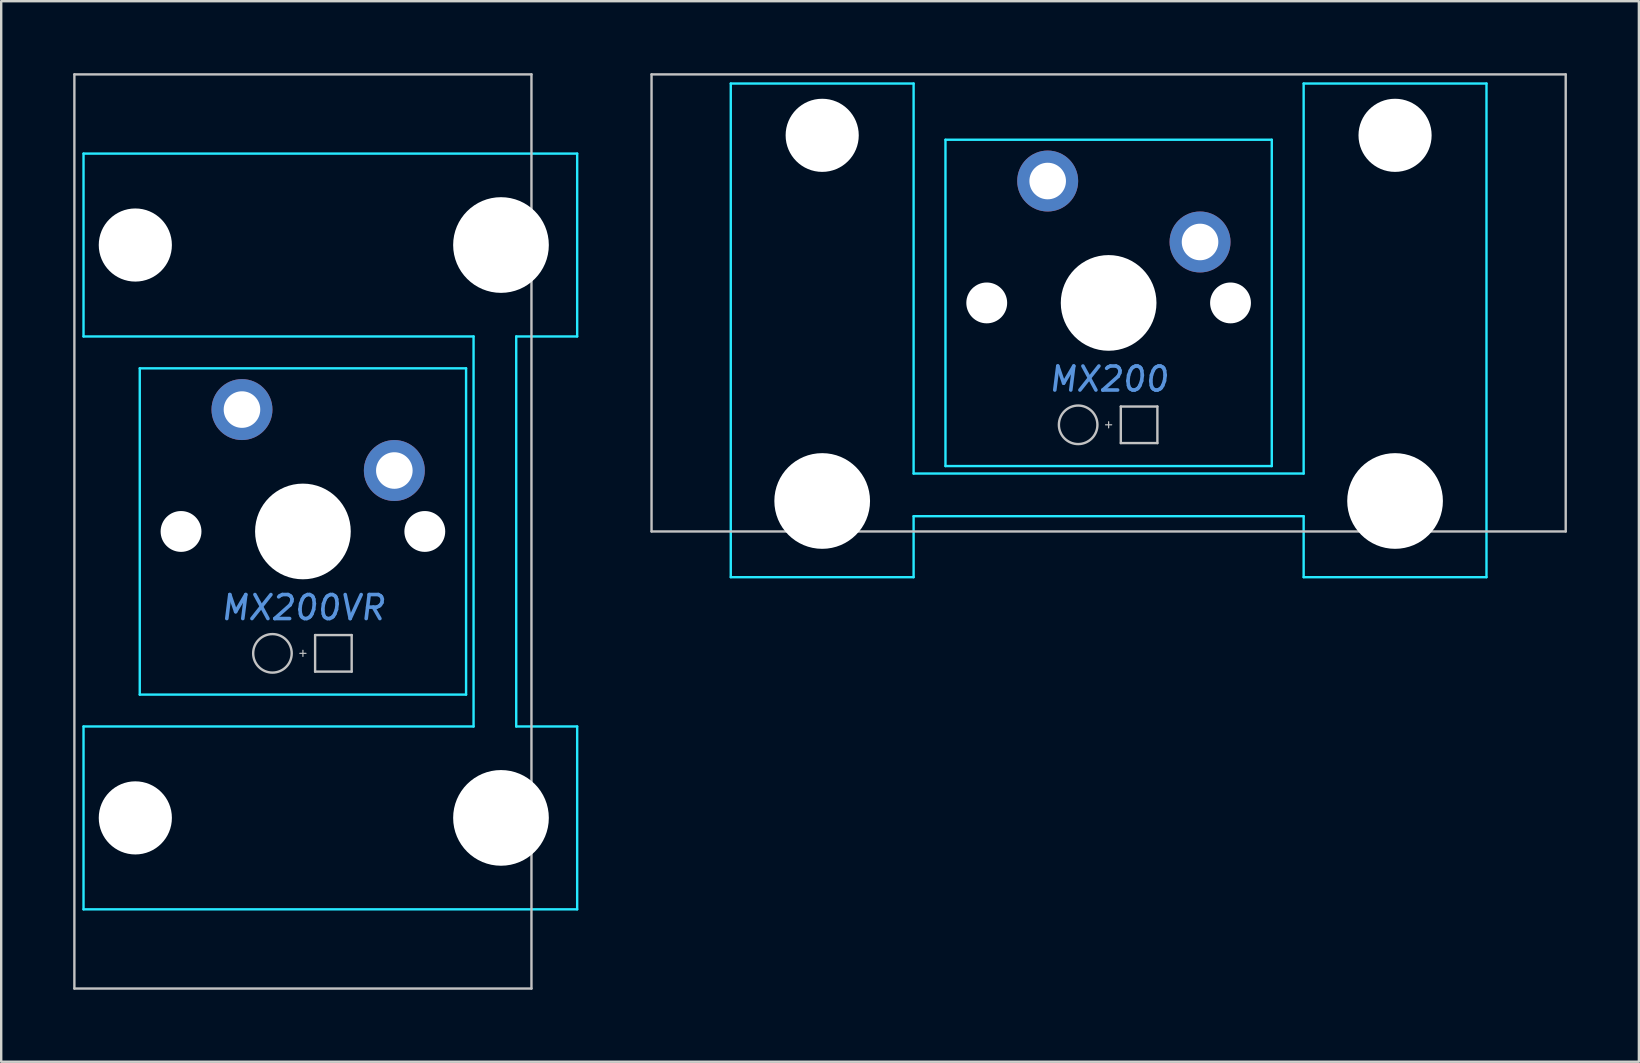
<source format=kicad_pcb>
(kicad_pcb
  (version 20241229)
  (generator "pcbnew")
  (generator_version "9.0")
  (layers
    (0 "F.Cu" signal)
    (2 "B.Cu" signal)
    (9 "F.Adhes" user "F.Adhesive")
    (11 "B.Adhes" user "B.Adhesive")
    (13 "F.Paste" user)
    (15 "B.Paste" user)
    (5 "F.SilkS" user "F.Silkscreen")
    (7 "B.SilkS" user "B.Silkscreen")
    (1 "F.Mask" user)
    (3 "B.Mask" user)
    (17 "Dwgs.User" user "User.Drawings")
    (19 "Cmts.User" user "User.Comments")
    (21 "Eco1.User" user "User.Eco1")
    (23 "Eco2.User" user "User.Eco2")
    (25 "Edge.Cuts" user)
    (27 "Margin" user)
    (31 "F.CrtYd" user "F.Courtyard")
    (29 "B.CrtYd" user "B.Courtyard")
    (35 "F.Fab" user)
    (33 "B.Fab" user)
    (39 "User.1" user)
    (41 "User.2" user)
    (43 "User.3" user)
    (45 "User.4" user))
  (footprint "MX200"
    (layer "F.Cu")
    (at 43.155 9.575)
    (property "Reference" "MX200" (at 0 3.175 0) (layer "Cmts.User") (effects (font (size 1 1) (thickness 0.15) (italic yes))))
    (attr through_hole)
    (fp_line (start -19.05 -9.525) (end -19.05 9.525) (stroke (width 0.1) (type solid)) (layer "Dwgs.User"))
    (fp_line (start -19.05 -9.525) (end 19.05 -9.525) (stroke (width 0.1) (type solid)) (layer "Dwgs.User"))
    (fp_line (start -19.05 9.525) (end 19.05 9.525) (stroke (width 0.1) (type solid)) (layer "Dwgs.User"))
    (fp_line (start -0.127 5.08) (end 0.127 5.08) (stroke (width 0.05) (type solid)) (layer "Dwgs.User"))
    (fp_line (start 0 5.207) (end 0 4.953) (stroke (width 0.05) (type solid)) (layer "Dwgs.User"))
    (fp_line (start 0.508 4.318) (end 0.508 5.842) (stroke (width 0.1) (type solid)) (layer "Dwgs.User"))
    (fp_line (start 0.508 4.318) (end 2.032 4.318) (stroke (width 0.1) (type solid)) (layer "Dwgs.User"))
    (fp_line (start 0.508 5.842) (end 2.032 5.842) (stroke (width 0.1) (type solid)) (layer "Dwgs.User"))
    (fp_line (start 2.032 5.842) (end 2.032 4.318) (stroke (width 0.1) (type solid)) (layer "Dwgs.User"))
    (fp_line (start 19.05 -9.525) (end 19.05 9.525) (stroke (width 0.1) (type solid)) (layer "Dwgs.User"))
    (fp_circle (center -1.27 5.08) (end -0.467 5.08) (stroke (width 0.1) (type solid)) (fill no) (layer "Dwgs.User"))
    (fp_line (start -15.438 -5.485) (end -15.438 8.515) (stroke (width 0.1) (type solid)) (layer "Eco1.User"))
    (fp_line (start -14.938 -5.985) (end -8.938 -5.985) (stroke (width 0.1) (type solid)) (layer "Eco1.User"))
    (fp_line (start -8.938 9.015) (end -14.938 9.015) (stroke (width 0.1) (type solid)) (layer "Eco1.User"))
    (fp_line (start -8.438 8.515) (end -8.438 -5.485) (stroke (width 0.1) (type solid)) (layer "Eco1.User"))
    (fp_line (start -7 -6.5) (end -7 6.5) (stroke (width 0.1) (type solid)) (layer "Eco1.User"))
    (fp_line (start -6.5 7) (end 6.5 7) (stroke (width 0.1) (type solid)) (layer "Eco1.User"))
    (fp_line (start 6.5 -7) (end -6.5 -7) (stroke (width 0.1) (type solid)) (layer "Eco1.User"))
    (fp_line (start 7 6.5) (end 7 -6.5) (stroke (width 0.1) (type solid)) (layer "Eco1.User"))
    (fp_line (start 8.438 -5.485) (end 8.438 8.515) (stroke (width 0.1) (type solid)) (layer "Eco1.User"))
    (fp_line (start 8.938 -5.985) (end 14.938 -5.985) (stroke (width 0.1) (type solid)) (layer "Eco1.User"))
    (fp_line (start 14.938 9.015) (end 8.938 9.015) (stroke (width 0.1) (type solid)) (layer "Eco1.User"))
    (fp_line (start 15.438 8.515) (end 15.438 -5.485) (stroke (width 0.1) (type solid)) (layer "Eco1.User"))
    (fp_arc (start -15.438 -5.485) (mid -15.291553 -5.838553) (end -14.938 -5.985) (stroke (width 0.1) (type solid)) (layer "Eco1.User"))
    (fp_arc (start -14.938 9.015) (mid -15.291553 8.868553) (end -15.438 8.515) (stroke (width 0.1) (type solid)) (layer "Eco1.User"))
    (fp_arc (start -8.938 -5.985) (mid -8.584447 -5.838553) (end -8.438 -5.485) (stroke (width 0.1) (type solid)) (layer "Eco1.User"))
    (fp_arc (start -8.438 8.515) (mid -8.584447 8.868553) (end -8.938 9.015) (stroke (width 0.1) (type solid)) (layer "Eco1.User"))
    (fp_arc (start -7 -6.5) (mid -6.853553 -6.853553) (end -6.5 -7) (stroke (width 0.1) (type solid)) (layer "Eco1.User"))
    (fp_arc (start -6.5 7) (mid -6.853553 6.853553) (end -7 6.5) (stroke (width 0.1) (type solid)) (layer "Eco1.User"))
    (fp_arc (start 6.5 -7) (mid 6.853553 -6.853553) (end 7 -6.5) (stroke (width 0.1) (type solid)) (layer "Eco1.User"))
    (fp_arc (start 7 6.5) (mid 6.853553 6.853553) (end 6.5 7) (stroke (width 0.1) (type solid)) (layer "Eco1.User"))
    (fp_arc (start 8.438 -5.485) (mid 8.584447 -5.838553) (end 8.938 -5.985) (stroke (width 0.1) (type solid)) (layer "Eco1.User"))
    (fp_arc (start 8.938 9.015) (mid 8.584447 8.868553) (end 8.438 8.515) (stroke (width 0.1) (type solid)) (layer "Eco1.User"))
    (fp_arc (start 14.938 -5.985) (mid 15.291553 -5.838553) (end 15.438 -5.485) (stroke (width 0.1) (type solid)) (layer "Eco1.User"))
    (fp_arc (start 15.438 8.515) (mid 15.291553 8.868553) (end 14.938 9.015) (stroke (width 0.1) (type solid)) (layer "Eco1.User"))
    (fp_line (start -15.748 -9.144) (end -8.128 -9.144) (stroke (width 0.1) (type solid)) (layer "B.CrtYd"))
    (fp_line (start -15.748 11.43) (end -15.748 -9.144) (stroke (width 0.1) (type solid)) (layer "B.CrtYd"))
    (fp_line (start -8.128 -9.144) (end -8.128 7.112) (stroke (width 0.1) (type solid)) (layer "B.CrtYd"))
    (fp_line (start -8.128 7.112) (end 8.128 7.112) (stroke (width 0.1) (type solid)) (layer "B.CrtYd"))
    (fp_line (start -8.128 8.89) (end 8.128 8.89) (stroke (width 0.1) (type solid)) (layer "B.CrtYd"))
    (fp_line (start -8.128 11.43) (end -15.748 11.43) (stroke (width 0.1) (type solid)) (layer "B.CrtYd"))
    (fp_line (start -8.128 11.43) (end -8.128 8.89) (stroke (width 0.1) (type solid)) (layer "B.CrtYd"))
    (fp_line (start -6.8 6.8) (end -6.8 -6.8) (stroke (width 0.1) (type solid)) (layer "B.CrtYd"))
    (fp_line (start 6.8 -6.8) (end -6.8 -6.8) (stroke (width 0.1) (type solid)) (layer "B.CrtYd"))
    (fp_line (start 6.8 6.8) (end -6.8 6.8) (stroke (width 0.1) (type solid)) (layer "B.CrtYd"))
    (fp_line (start 6.8 6.8) (end 6.8 -6.8) (stroke (width 0.1) (type solid)) (layer "B.CrtYd"))
    (fp_line (start 8.128 -9.144) (end 8.128 7.112) (stroke (width 0.1) (type solid)) (layer "B.CrtYd"))
    (fp_line (start 8.128 -9.144) (end 15.748 -9.144) (stroke (width 0.1) (type solid)) (layer "B.CrtYd"))
    (fp_line (start 8.128 11.43) (end 8.128 8.89) (stroke (width 0.1) (type solid)) (layer "B.CrtYd"))
    (fp_line (start 15.748 -9.144) (end 15.748 11.43) (stroke (width 0.1) (type solid)) (layer "B.CrtYd"))
    (fp_line (start 15.748 11.43) (end 8.128 11.43) (stroke (width 0.1) (type solid)) (layer "B.CrtYd"))
    (pad "" np_thru_hole circle (at -11.938 -6.985) (size 3.048 3.048) (drill 3.048) (layers "*.Cu" "*.Mask"))
    (pad "" np_thru_hole circle (at -11.938 8.255) (size 3.988 3.988) (drill 3.988) (layers "*.Cu" "*.Mask"))
    (pad "" np_thru_hole circle (at -5.08 0) (size 1.702 1.702) (drill 1.702) (layers "*.Cu" "*.Mask"))
    (pad "" connect circle (at -2.54 -5.08) (size 1.524 1.524) (layers "B.Mask"))
    (pad "" np_thru_hole circle (at 0 0) (size 3.988 3.988) (drill 3.988) (layers "*.Cu" "*.Mask"))
    (pad "" connect circle (at 3.81 -2.54) (size 1.524 1.524) (layers "B.Mask"))
    (pad "" np_thru_hole circle (at 5.08 0) (size 1.702 1.702) (drill 1.702) (layers "*.Cu" "*.Mask"))
    (pad "" np_thru_hole circle (at 11.938 -6.985) (size 3.048 3.048) (drill 3.048) (layers "*.Cu" "*.Mask"))
    (pad "" np_thru_hole circle (at 11.938 8.255) (size 3.988 3.988) (drill 3.988) (layers "*.Cu" "*.Mask"))
    (pad "1" thru_hole circle (at -2.54 -5.08) (size 2.54 2.54) (drill 1.524) (layers "*.Cu" "F.Mask"))
    (pad "2" thru_hole circle (at 3.81 -2.54) (size 2.54 2.54) (drill 1.524) (layers "*.Cu" "F.Mask")))
  (footprint "MX200VR"
    (layer "F.Cu")
    (at 9.575 19.1)
    (property "Reference" "MX200VR" (at 0 3.175 0) (layer "Cmts.User") (effects (font (size 1 1) (thickness 0.15) (italic yes))))
    (attr through_hole)
    (fp_line (start -9.525 -19.05) (end -9.525 19.05) (stroke (width 0.1) (type solid)) (layer "Dwgs.User"))
    (fp_line (start -0.127 5.08) (end 0.127 5.08) (stroke (width 0.05) (type solid)) (layer "Dwgs.User"))
    (fp_line (start 0 5.207) (end 0 4.953) (stroke (width 0.05) (type solid)) (layer "Dwgs.User"))
    (fp_line (start 0.508 4.318) (end 0.508 5.842) (stroke (width 0.1) (type solid)) (layer "Dwgs.User"))
    (fp_line (start 0.508 4.318) (end 2.032 4.318) (stroke (width 0.1) (type solid)) (layer "Dwgs.User"))
    (fp_line (start 0.508 5.842) (end 2.032 5.842) (stroke (width 0.1) (type solid)) (layer "Dwgs.User"))
    (fp_line (start 2.032 5.842) (end 2.032 4.318) (stroke (width 0.1) (type solid)) (layer "Dwgs.User"))
    (fp_line (start 9.525 -19.05) (end -9.525 -19.05) (stroke (width 0.1) (type solid)) (layer "Dwgs.User"))
    (fp_line (start 9.525 -19.05) (end 9.525 19.05) (stroke (width 0.1) (type solid)) (layer "Dwgs.User"))
    (fp_line (start 9.525 19.05) (end -9.525 19.05) (stroke (width 0.1) (type solid)) (layer "Dwgs.User"))
    (fp_circle (center -1.27 5.08) (end -0.467 5.08) (stroke (width 0.1) (type solid)) (fill no) (layer "Dwgs.User"))
    (fp_line (start -8 -7.5) (end -8 5.5) (stroke (width 0.1) (type solid)) (layer "Eco1.User"))
    (fp_line (start -7.5 6) (end 5.5 6) (stroke (width 0.1) (type solid)) (layer "Eco1.User"))
    (fp_line (start -6.985 -9.938) (end -6.985 -15.938) (stroke (width 0.1) (type solid)) (layer "Eco1.User"))
    (fp_line (start -6.985 13.938) (end -6.985 7.938) (stroke (width 0.1) (type solid)) (layer "Eco1.User"))
    (fp_line (start -6.485 -9.438) (end 7.515 -9.438) (stroke (width 0.1) (type solid)) (layer "Eco1.User"))
    (fp_line (start -6.485 14.438) (end 7.515 14.438) (stroke (width 0.1) (type solid)) (layer "Eco1.User"))
    (fp_line (start 5.5 -8) (end -7.5 -8) (stroke (width 0.1) (type solid)) (layer "Eco1.User"))
    (fp_line (start 6 5.5) (end 6 -7.5) (stroke (width 0.1) (type solid)) (layer "Eco1.User"))
    (fp_line (start 7.515 -16.438) (end -6.485 -16.438) (stroke (width 0.1) (type solid)) (layer "Eco1.User"))
    (fp_line (start 7.515 7.438) (end -6.485 7.438) (stroke (width 0.1) (type solid)) (layer "Eco1.User"))
    (fp_line (start 8.015 -15.938) (end 8.015 -9.938) (stroke (width 0.1) (type solid)) (layer "Eco1.User"))
    (fp_line (start 8.015 7.938) (end 8.015 13.938) (stroke (width 0.1) (type solid)) (layer "Eco1.User"))
    (fp_arc (start -8 -7.5) (mid -7.853553 -7.853553) (end -7.5 -8) (stroke (width 0.1) (type solid)) (layer "Eco1.User"))
    (fp_arc (start -7.5 6) (mid -7.853553 5.853553) (end -8 5.5) (stroke (width 0.1) (type solid)) (layer "Eco1.User"))
    (fp_arc (start -6.985 -15.938) (mid -6.838553 -16.291553) (end -6.485 -16.438) (stroke (width 0.1) (type solid)) (layer "Eco1.User"))
    (fp_arc (start -6.985 7.938) (mid -6.838553 7.584447) (end -6.485 7.438) (stroke (width 0.1) (type solid)) (layer "Eco1.User"))
    (fp_arc (start -6.485 -9.438) (mid -6.838553 -9.584447) (end -6.985 -9.938) (stroke (width 0.1) (type solid)) (layer "Eco1.User"))
    (fp_arc (start -6.485 14.438) (mid -6.838553 14.291553) (end -6.985 13.938) (stroke (width 0.1) (type solid)) (layer "Eco1.User"))
    (fp_arc (start 5.5 -8) (mid 5.853553 -7.853553) (end 6 -7.5) (stroke (width 0.1) (type solid)) (layer "Eco1.User"))
    (fp_arc (start 6 5.5) (mid 5.853553 5.853553) (end 5.5 6) (stroke (width 0.1) (type solid)) (layer "Eco1.User"))
    (fp_arc (start 7.515 -16.438) (mid 7.868553 -16.291553) (end 8.015 -15.938) (stroke (width 0.1) (type solid)) (layer "Eco1.User"))
    (fp_arc (start 7.515 7.438) (mid 7.868553 7.584447) (end 8.015 7.938) (stroke (width 0.1) (type solid)) (layer "Eco1.User"))
    (fp_arc (start 8.015 -9.938) (mid 7.868553 -9.584447) (end 7.515 -9.438) (stroke (width 0.1) (type solid)) (layer "Eco1.User"))
    (fp_arc (start 8.015 13.938) (mid 7.868553 14.291553) (end 7.515 14.438) (stroke (width 0.1) (type solid)) (layer "Eco1.User"))
    (fp_line (start -9.144 -15.748) (end 11.43 -15.748) (stroke (width 0.1) (type solid)) (layer "B.CrtYd"))
    (fp_line (start -9.144 -8.128) (end -9.144 -15.748) (stroke (width 0.1) (type solid)) (layer "B.CrtYd"))
    (fp_line (start -9.144 -8.128) (end 7.112 -8.128) (stroke (width 0.1) (type solid)) (layer "B.CrtYd"))
    (fp_line (start -9.144 8.128) (end 7.112 8.128) (stroke (width 0.1) (type solid)) (layer "B.CrtYd"))
    (fp_line (start -9.144 15.748) (end -9.144 8.128) (stroke (width 0.1) (type solid)) (layer "B.CrtYd"))
    (fp_line (start -6.8 6.8) (end -6.8 -6.8) (stroke (width 0.1) (type solid)) (layer "B.CrtYd"))
    (fp_line (start 6.8 -6.8) (end -6.8 -6.8) (stroke (width 0.1) (type solid)) (layer "B.CrtYd"))
    (fp_line (start 6.8 6.8) (end -6.8 6.8) (stroke (width 0.1) (type solid)) (layer "B.CrtYd"))
    (fp_line (start 6.8 6.8) (end 6.8 -6.8) (stroke (width 0.1) (type solid)) (layer "B.CrtYd"))
    (fp_line (start 7.112 8.128) (end 7.112 -8.128) (stroke (width 0.1) (type solid)) (layer "B.CrtYd"))
    (fp_line (start 8.89 8.128) (end 8.89 -8.128) (stroke (width 0.1) (type solid)) (layer "B.CrtYd"))
    (fp_line (start 11.43 -15.748) (end 11.43 -8.128) (stroke (width 0.1) (type solid)) (layer "B.CrtYd"))
    (fp_line (start 11.43 -8.128) (end 8.89 -8.128) (stroke (width 0.1) (type solid)) (layer "B.CrtYd"))
    (fp_line (start 11.43 8.128) (end 8.89 8.128) (stroke (width 0.1) (type solid)) (layer "B.CrtYd"))
    (fp_line (start 11.43 8.128) (end 11.43 15.748) (stroke (width 0.1) (type solid)) (layer "B.CrtYd"))
    (fp_line (start 11.43 15.748) (end -9.144 15.748) (stroke (width 0.1) (type solid)) (layer "B.CrtYd"))
    (pad "" np_thru_hole circle (at -6.985 -11.938 90) (size 3.048 3.048) (drill 3.048) (layers "*.Cu" "*.Mask"))
    (pad "" np_thru_hole circle (at -6.985 11.938 90) (size 3.048 3.048) (drill 3.048) (layers "*.Cu" "*.Mask"))
    (pad "" np_thru_hole circle (at -5.08 0) (size 1.702 1.702) (drill 1.702) (layers "*.Cu" "*.Mask"))
    (pad "" connect circle (at -2.54 -5.08) (size 1.524 1.524) (layers "B.Mask"))
    (pad "" np_thru_hole circle (at 0 0) (size 3.988 3.988) (drill 3.988) (layers "*.Cu" "*.Mask"))
    (pad "" connect circle (at 3.81 -2.54) (size 1.524 1.524) (layers "B.Mask"))
    (pad "" np_thru_hole circle (at 5.08 0) (size 1.702 1.702) (drill 1.702) (layers "*.Cu" "*.Mask"))
    (pad "" np_thru_hole circle (at 8.255 -11.938 90) (size 3.988 3.988) (drill 3.988) (layers "*.Cu" "*.Mask"))
    (pad "" np_thru_hole circle (at 8.255 11.938 90) (size 3.988 3.988) (drill 3.988) (layers "*.Cu" "*.Mask"))
    (pad "1" thru_hole circle (at -2.54 -5.08) (size 2.54 2.54) (drill 1.524) (layers "*.Cu" "F.Mask"))
    (pad "2" thru_hole circle (at 3.81 -2.54) (size 2.54 2.54) (drill 1.524) (layers "*.Cu" "F.Mask")))
  (gr_rect
    (start -3 -3)
    (end 65.255 41.2)
    (stroke (width 0.1) (type default))
    (fill no)
    (layer "Edge.Cuts")))
</source>
